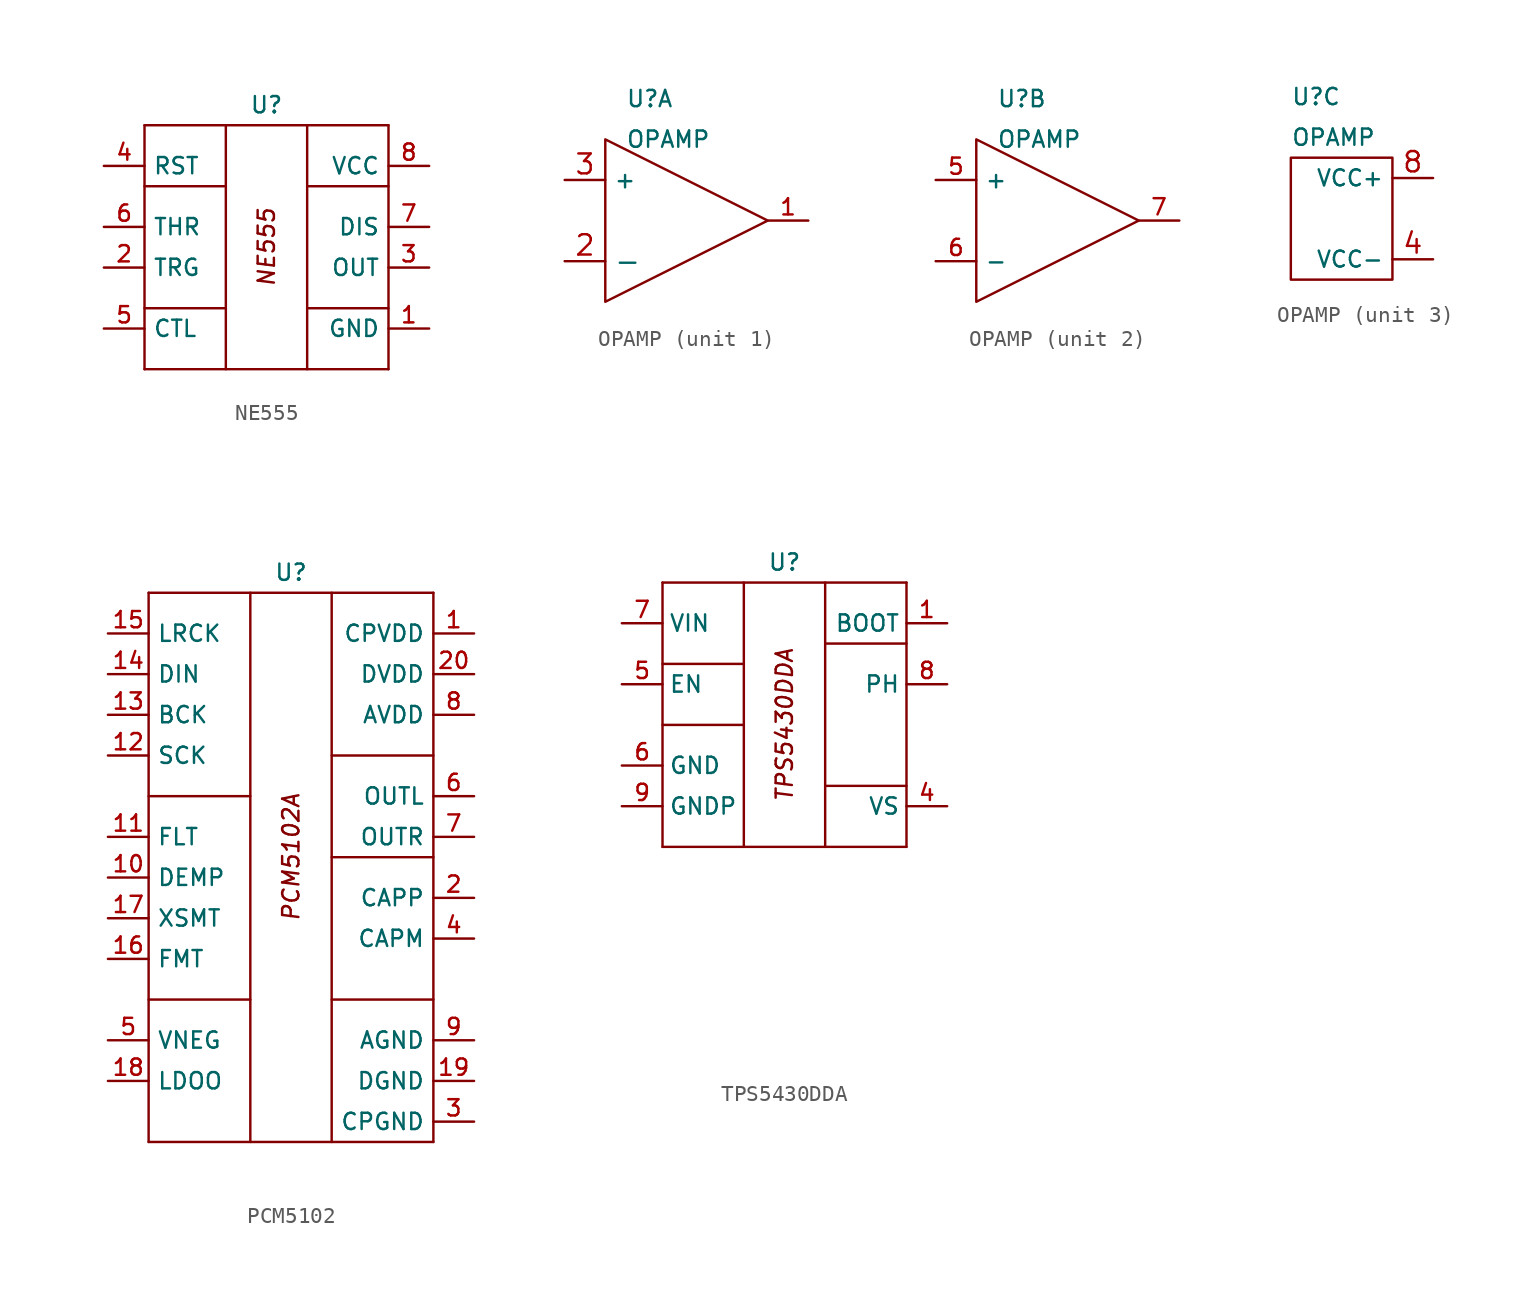
<source format=kicad_sym>
(kicad_symbol_lib
  (version 20220914)
  (generator kicad_symbol_editor)
  (symbol "NE555"
    (property "Reference" "U"
      (at 0 8.89 0)
      (effects (font (size 1.016 1.016))))
    (symbol "NE555_0_1"
      (polyline (pts (xy -7.62 -3.81) (xy -2.54 -3.81)) (stroke (width 0) (type default)) (fill (type none)))
      (polyline (pts (xy -7.62 3.81) (xy -2.54 3.81)) (stroke (width 0) (type default)) (fill (type none)))
      (polyline (pts (xy 2.54 -3.81) (xy 7.62 -3.81)) (stroke (width 0) (type default)) (fill (type none)))
      (polyline (pts (xy 2.54 3.81) (xy 7.62 3.81)) (stroke (width 0) (type default)) (fill (type none)))
      (polyline (pts (xy 7.62 -7.62) (xy -7.62 -7.62)) (stroke (width 0) (type default)) (fill (type none)))
      (polyline (pts (xy 7.62 7.62) (xy -7.62 7.62)) (stroke (width 0) (type default)) (fill (type none))))
    (symbol "NE555_1_0"
      (pin power_in line (at 10.16 -5.08 180) (length 2.54) (name "GND" (effects (font (size 1.016 1.016)))) (number "1" (effects (font (size 1.016 1.016)))))
      (pin power_in line (at 10.16 5.08 180) (length 2.54) (name "VCC" (effects (font (size 1.016 1.016)))) (number "8" (effects (font (size 1.016 1.016))))))
    (symbol "NE555_1_1"
      (polyline (pts (xy -7.62 7.62) (xy -7.62 -7.62)) (stroke (width 0) (type default)) (fill (type none)))
      (polyline (pts (xy -2.54 7.62) (xy -2.54 -7.62)) (stroke (width 0) (type default)) (fill (type none)))
      (polyline (pts (xy 2.54 7.62) (xy 2.54 -7.62)) (stroke (width 0) (type default)) (fill (type none)))
      (polyline (pts (xy 7.62 7.62) (xy 7.62 -7.62)) (stroke (width 0) (type default)) (fill (type none)))
      (text "NE555" (at 0 0 900) (effects (font (size 1.016 1.016) italic)))
      (pin input line (at -10.16 -1.27 0) (length 2.54) (name "TRG" (effects (font (size 1.016 1.016)))) (number "2" (effects (font (size 1.016 1.016)))))
      (pin output line (at 10.16 -1.27 180) (length 2.54) (name "OUT" (effects (font (size 1.016 1.016)))) (number "3" (effects (font (size 1.016 1.016)))))
      (pin input line (at -10.16 5.08 0) (length 2.54) (name "RST" (effects (font (size 1.016 1.016)))) (number "4" (effects (font (size 1.016 1.016)))))
      (pin input line (at -10.16 -5.08 0) (length 2.54) (name "CTL" (effects (font (size 1.016 1.016)))) (number "5" (effects (font (size 1.016 1.016)))))
      (pin input line (at -10.16 1.27 0) (length 2.54) (name "THR" (effects (font (size 1.016 1.016)))) (number "6" (effects (font (size 1.016 1.016)))))
      (pin input line (at 10.16 1.27 180) (length 2.54) (name "DIS" (effects (font (size 1.016 1.016)))) (number "7" (effects (font (size 1.016 1.016)))))))
  (symbol "OPAMP"
    (property "Reference" "U"
      (at -3.81 7.62 0)
      (effects (font (size 1.016 1.016)) (justify left)))
    (property "Value" "OPAMP"
      (at -3.81 5.08 0)
      (effects (font (size 1.016 1.016)) (justify left)))
    (property "ki_locked" ""
      (at 0 0 0)
      (effects (font (size 1.27 1.27))))
    (symbol "OPAMP_1_0"
      (polyline (pts (xy 5.08 0) (xy -5.08 -5.08) (xy -5.08 5.08) (xy 5.08 0)) (stroke (width 0) (type default)) (fill (type none))))
    (symbol "OPAMP_1_1"
      (pin output line (at 7.62 0 180) (length 2.54) (name "~" (effects (font (size 1.016 1.016)))) (number "1" (effects (font (size 1.016 1.016)))))
      (pin input line (at -7.62 -2.54 0) (length 2.54) (name "-" (effects (font (size 1.27 1.27)))) (number "2" (effects (font (size 1.27 1.27)))))
      (pin input line (at -7.62 2.54 0) (length 2.54) (name "+" (effects (font (size 1.016 1.016)))) (number "3" (effects (font (size 1.245 1.245))))))
    (symbol "OPAMP_2_0"
      (polyline (pts (xy 5.08 0) (xy -5.08 -5.08) (xy -5.08 5.08) (xy 5.08 0)) (stroke (width 0) (type default)) (fill (type none))))
    (symbol "OPAMP_2_1"
      (pin input line (at -7.62 2.54 0) (length 2.54) (name "+" (effects (font (size 1.016 1.016)))) (number "5" (effects (font (size 1.016 1.016)))))
      (pin input line (at -7.62 -2.54 0) (length 2.54) (name "-" (effects (font (size 1.016 1.016)))) (number "6" (effects (font (size 1.016 1.016)))))
      (pin output line (at 7.62 0 180) (length 2.54) (name "~" (effects (font (size 1.016 1.016)))) (number "7" (effects (font (size 1.016 1.016))))))
    (symbol "OPAMP_3_0"
      (rectangle (start -3.81 3.81) (end 2.54 -3.81) (stroke (width 0) (type default)) (fill (type none))))
    (symbol "OPAMP_3_1"
      (pin power_in line (at 5.08 -2.54 180) (length 2.54) (name "VCC-" (effects (font (size 1 1)))) (number "4" (effects (font (size 1.27 1.27)))))
      (pin power_in line (at 5.08 2.54 180) (length 2.54) (name "VCC+" (effects (font (size 1 1)))) (number "8" (effects (font (size 1.27 1.27)))))))
  (symbol "PCM5102"
    (property "Reference" "U"
      (at 0 17.78 0)
      (effects (font (size 1.016 1.016))))
    (symbol "PCM5102_0_1"
      (polyline (pts (xy -2.54 -8.89) (xy -8.89 -8.89)) (stroke (width 0) (type default)) (fill (type none)))
      (polyline (pts (xy -2.54 3.81) (xy -8.89 3.81)) (stroke (width 0) (type default)) (fill (type none)))
      (polyline (pts (xy 8.89 -8.89) (xy 2.54 -8.89)) (stroke (width 0) (type default)) (fill (type none)))
      (polyline (pts (xy 8.89 0) (xy 2.54 0)) (stroke (width 0) (type default)) (fill (type none)))
      (polyline (pts (xy 8.89 6.35) (xy 2.54 6.35)) (stroke (width 0) (type default)) (fill (type none))))
    (symbol "PCM5102_1_1"
      (polyline (pts (xy -8.89 -17.78) (xy 8.89 -17.78)) (stroke (width 0) (type default)) (fill (type none)))
      (polyline (pts (xy -8.89 16.51) (xy -8.89 -17.78)) (stroke (width 0) (type default)) (fill (type none)))
      (polyline (pts (xy -8.89 16.51) (xy 8.89 16.51)) (stroke (width 0) (type default)) (fill (type none)))
      (polyline (pts (xy -2.54 16.51) (xy -2.54 -17.78)) (stroke (width 0) (type default)) (fill (type none)))
      (polyline (pts (xy 2.54 16.51) (xy 2.54 -17.78)) (stroke (width 0) (type default)) (fill (type none)))
      (polyline (pts (xy 8.89 16.51) (xy 8.89 -17.78)) (stroke (width 0) (type default)) (fill (type none)))
      (text "PCM5102A" (at 0 0 900) (effects (font (size 1.016 1.016) italic)))
      (pin passive line (at 11.43 13.97 180) (length 2.54) (name "CPVDD" (effects (font (size 1.016 1.016)))) (number "1" (effects (font (size 1.016 1.016)))))
      (pin input line (at -11.43 -1.27 0) (length 2.54) (name "DEMP" (effects (font (size 1.016 1.016)))) (number "10" (effects (font (size 1.016 1.016)))))
      (pin input line (at -11.43 1.27 0) (length 2.54) (name "FLT" (effects (font (size 1.016 1.016)))) (number "11" (effects (font (size 1.016 1.016)))))
      (pin input line (at -11.43 6.35 0) (length 2.54) (name "SCK" (effects (font (size 1.016 1.016)))) (number "12" (effects (font (size 1.016 1.016)))))
      (pin input line (at -11.43 8.89 0) (length 2.54) (name "BCK" (effects (font (size 1.016 1.016)))) (number "13" (effects (font (size 1.016 1.016)))))
      (pin input line (at -11.43 11.43 0) (length 2.54) (name "DIN" (effects (font (size 1.016 1.016)))) (number "14" (effects (font (size 1.016 1.016)))))
      (pin input line (at -11.43 13.97 0) (length 2.54) (name "LRCK" (effects (font (size 1.016 1.016)))) (number "15" (effects (font (size 1.016 1.016)))))
      (pin input line (at -11.43 -6.35 0) (length 2.54) (name "FMT" (effects (font (size 1.016 1.016)))) (number "16" (effects (font (size 1.016 1.016)))))
      (pin input line (at -11.43 -3.81 0) (length 2.54) (name "XSMT" (effects (font (size 1.016 1.016)))) (number "17" (effects (font (size 1.016 1.016)))))
      (pin passive line (at -11.43 -13.97 0) (length 2.54) (name "LDOO" (effects (font (size 1.016 1.016)))) (number "18" (effects (font (size 1.016 1.016)))))
      (pin power_in line (at 11.43 -13.97 180) (length 2.54) (name "DGND" (effects (font (size 1.016 1.016)))) (number "19" (effects (font (size 1.016 1.016)))))
      (pin passive line (at 11.43 -2.54 180) (length 2.54) (name "CAPP" (effects (font (size 1.016 1.016)))) (number "2" (effects (font (size 1.016 1.016)))))
      (pin power_in line (at 11.43 11.43 180) (length 2.54) (name "DVDD" (effects (font (size 1.016 1.016)))) (number "20" (effects (font (size 1.016 1.016)))))
      (pin power_in line (at 11.43 -16.51 180) (length 2.54) (name "CPGND" (effects (font (size 1.016 1.016)))) (number "3" (effects (font (size 1.016 1.016)))))
      (pin passive line (at 11.43 -5.08 180) (length 2.54) (name "CAPM" (effects (font (size 1.016 1.016)))) (number "4" (effects (font (size 1.016 1.016)))))
      (pin passive line (at -11.43 -11.43 0) (length 2.54) (name "VNEG" (effects (font (size 1.016 1.016)))) (number "5" (effects (font (size 1.016 1.016)))))
      (pin output line (at 11.43 3.81 180) (length 2.54) (name "OUTL" (effects (font (size 1.016 1.016)))) (number "6" (effects (font (size 1.016 1.016)))))
      (pin output line (at 11.43 1.27 180) (length 2.54) (name "OUTR" (effects (font (size 1.016 1.016)))) (number "7" (effects (font (size 1.016 1.016)))))
      (pin power_in line (at 11.43 8.89 180) (length 2.54) (name "AVDD" (effects (font (size 1.016 1.016)))) (number "8" (effects (font (size 1.016 1.016)))))
      (pin power_in line (at 11.43 -11.43 180) (length 2.54) (name "AGND" (effects (font (size 1.016 1.016)))) (number "9" (effects (font (size 1.016 1.016)))))))
  (symbol "TPS5430DDA"
    (pin_names
      (offset 0.381))
    (property "Reference" "U"
      (at 0 10.16 0)
      (effects (font (size 1.016 1.016))))
    (symbol "TPS5430DDA_0_1"
      (polyline (pts (xy -7.62 0) (xy -2.54 0)) (stroke (width 0) (type default)) (fill (type none)))
      (polyline (pts (xy -7.62 3.81) (xy -2.54 3.81)) (stroke (width 0) (type default)) (fill (type none)))
      (polyline (pts (xy 2.54 -3.81) (xy 7.62 -3.81)) (stroke (width 0) (type default)) (fill (type none)))
      (polyline (pts (xy 2.54 5.08) (xy 7.62 5.08)) (stroke (width 0) (type default)) (fill (type none))))
    (symbol "TPS5430DDA_1_1"
      (polyline (pts (xy -7.62 -7.62) (xy 7.62 -7.62)) (stroke (width 0) (type default)) (fill (type none)))
      (polyline (pts (xy -7.62 8.89) (xy -7.62 -7.62)) (stroke (width 0) (type default)) (fill (type none)))
      (polyline (pts (xy -7.62 8.89) (xy 7.62 8.89)) (stroke (width 0) (type default)) (fill (type none)))
      (polyline (pts (xy -2.54 8.89) (xy -2.54 -7.62)) (stroke (width 0) (type default)) (fill (type none)))
      (polyline (pts (xy 2.54 8.89) (xy 2.54 -7.62)) (stroke (width 0) (type default)) (fill (type none)))
      (polyline (pts (xy 7.62 8.89) (xy 7.62 -7.62)) (stroke (width 0) (type default)) (fill (type none)))
      (text "TPS5430DDA" (at 0 0 900) (effects (font (size 1.016 1.016) italic)))
      (pin input line (at 10.16 6.35 180) (length 2.54) (name "BOOT" (effects (font (size 1.016 1.016)))) (number "1" (effects (font (size 1.016 1.016)))))
      (pin no_connect line (at -5.08 -16.51 0) (length 2.54) hide (name "NC" (effects (font (size 1.016 1.016)))) (number "2" (effects (font (size 1.016 1.016)))) (alternate "ADC_IN9" bidirectional line) (alternate "TIM14_CH1" bidirectional line) (alternate "TIM1_CH3N" bidirectional line) (alternate "TIM3_CH4" bidirectional line))
      (pin no_connect line (at -5.08 -19.05 0) (length 2.54) hide (name "NC" (effects (font (size 1.016 1.016)))) (number "3" (effects (font (size 1.016 1.016)))) (alternate "ADC_IN9" bidirectional line) (alternate "TIM14_CH1" bidirectional line) (alternate "TIM1_CH3N" bidirectional line) (alternate "TIM3_CH4" bidirectional line))
      (pin output line (at 10.16 -5.08 180) (length 2.54) (name "VS" (effects (font (size 1.016 1.016)))) (number "4" (effects (font (size 1.016 1.016)))))
      (pin input line (at -10.16 2.54 0) (length 2.54) (name "EN" (effects (font (size 1.016 1.016)))) (number "5" (effects (font (size 1.016 1.016)))))
      (pin power_in line (at -10.16 -2.54 0) (length 2.54) (name "GND" (effects (font (size 1.016 1.016)))) (number "6" (effects (font (size 1.016 1.016)))))
      (pin power_in line (at -10.16 6.35 0) (length 2.54) (name "VIN" (effects (font (size 1.016 1.016)))) (number "7" (effects (font (size 1.016 1.016)))))
      (pin output line (at 10.16 2.54 180) (length 2.54) (name "PH" (effects (font (size 1.016 1.016)))) (number "8" (effects (font (size 1.016 1.016)))))
      (pin power_in line (at -10.16 -5.08 0) (length 2.54) (name "GNDP" (effects (font (size 1.016 1.016)))) (number "9" (effects (font (size 1.016 1.016)))) (alternate "ADC_IN9" bidirectional line) (alternate "TIM14_CH1" bidirectional line) (alternate "TIM1_CH3N" bidirectional line) (alternate "TIM3_CH4" bidirectional line)))))
</source>
